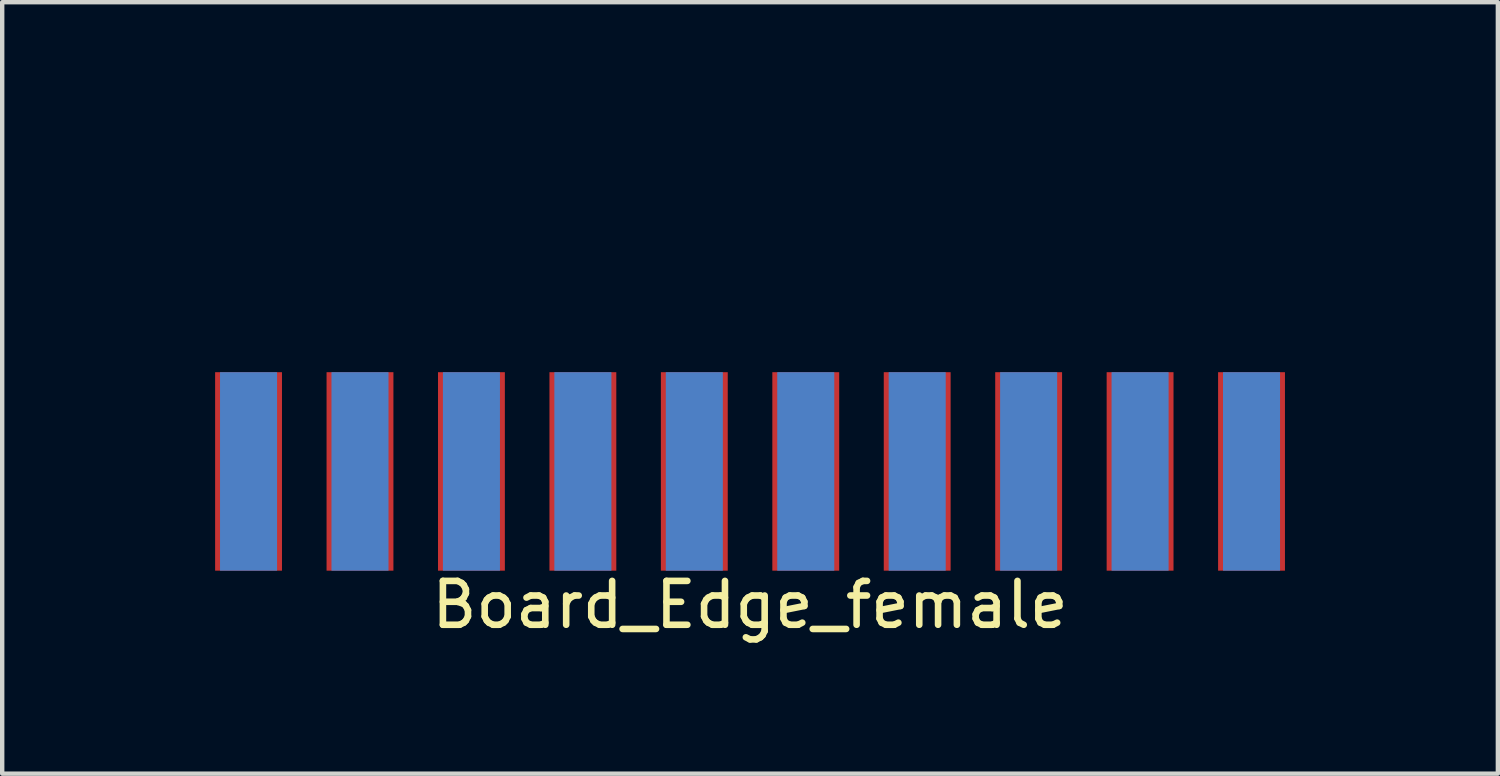
<source format=kicad_pcb>
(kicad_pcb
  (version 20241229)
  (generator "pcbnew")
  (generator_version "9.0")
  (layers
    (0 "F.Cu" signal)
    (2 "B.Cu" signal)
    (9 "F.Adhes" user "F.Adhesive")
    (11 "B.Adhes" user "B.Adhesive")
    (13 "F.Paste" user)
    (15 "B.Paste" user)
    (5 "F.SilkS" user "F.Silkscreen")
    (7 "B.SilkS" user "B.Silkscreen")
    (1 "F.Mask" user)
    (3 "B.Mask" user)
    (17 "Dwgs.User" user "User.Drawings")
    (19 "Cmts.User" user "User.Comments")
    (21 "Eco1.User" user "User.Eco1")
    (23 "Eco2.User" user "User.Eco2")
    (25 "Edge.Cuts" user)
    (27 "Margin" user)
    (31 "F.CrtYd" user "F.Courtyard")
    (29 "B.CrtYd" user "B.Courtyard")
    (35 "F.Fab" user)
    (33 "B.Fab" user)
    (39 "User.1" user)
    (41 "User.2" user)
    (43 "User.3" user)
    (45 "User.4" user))
  (footprint "Board_Edge_female"
    (layer "F.Cu")
    (at 8.965 3.885)
    (property "Reference" "Board_Edge_female" (at 5.08 6.85 0) (layer "F.SilkS") (effects (font (size 1 1) (thickness 0.15))))
    (attr through_hole)
    (fp_line (start -8.89 -3.81) (end -8.89 1.27) (stroke (width 0.15) (type solid)) (layer "B.Paste"))
    (fp_line (start -8.89 -3.81) (end -7.62 -3.81) (stroke (width 0.15) (type solid)) (layer "B.Paste"))
    (fp_line (start -8.89 -2.54) (end -8.89 1.27) (stroke (width 0.15) (type solid)) (layer "B.Paste"))
    (fp_line (start -8.89 1.27) (end -8.89 -3.81) (stroke (width 0.15) (type solid)) (layer "B.Paste"))
    (fp_line (start -8.89 1.27) (end 19.05 1.27) (stroke (width 0.15) (type solid)) (layer "B.Paste"))
    (fp_line (start -7.62 -3.81) (end -8.89 -3.81) (stroke (width 0.15) (type solid)) (layer "B.Paste"))
    (fp_line (start 3.81 -3.81) (end 3.81 0) (stroke (width 0.15) (type solid)) (layer "B.Paste"))
    (fp_line (start 3.81 0) (end 3.81 -3.81) (stroke (width 0.15) (type solid)) (layer "B.Paste"))
    (fp_line (start 3.81 0) (end 6.35 0) (stroke (width 0.15) (type solid)) (layer "B.Paste"))
    (fp_line (start 6.35 -3.81) (end 6.35 0) (stroke (width 0.15) (type solid)) (layer "B.Paste"))
    (fp_line (start 19.05 -3.81) (end -7.62 -3.81) (stroke (width 0.15) (type solid)) (layer "B.Paste"))
    (fp_line (start 19.05 1.27) (end 19.05 -3.81) (stroke (width 0.15) (type solid)) (layer "B.Paste"))
    (pad "1" smd trapezoid (at -6.35 3.81) (size 1.524 4.524) (layers "F.Cu" "F.Mask" "F.Paste"))
    (pad "2" smd trapezoid (at -6.35 3.81) (size 1.3 4.524) (layers "F.Mask" "B.Cu" "F.Paste"))
    (pad "3" smd trapezoid (at -3.81 3.81) (size 1.524 4.524) (layers "F.Cu" "F.Mask" "F.Paste"))
    (pad "4" smd trapezoid (at -3.81 3.81) (size 1.3 4.524) (layers "F.Mask" "B.Cu" "F.Paste"))
    (pad "5" smd trapezoid (at -1.27 3.81) (size 1.524 4.524) (layers "F.Cu" "F.Mask" "F.Paste"))
    (pad "6" smd trapezoid (at -1.27 3.81) (size 1.3 4.524) (layers "F.Mask" "B.Cu" "F.Paste"))
    (pad "7" smd trapezoid (at 1.27 3.81) (size 1.524 4.524) (layers "F.Cu" "F.Mask" "F.Paste"))
    (pad "8" smd trapezoid (at 1.27 3.81) (size 1.3 4.524) (layers "F.Mask" "B.Cu" "F.Paste"))
    (pad "9" smd trapezoid (at 3.81 3.81) (size 1.524 4.524) (layers "F.Cu" "F.Mask" "F.Paste"))
    (pad "10" smd trapezoid (at 3.81 3.81) (size 1.3 4.524) (layers "F.Mask" "B.Cu" "F.Paste"))
    (pad "11" smd trapezoid (at 6.35 3.81) (size 1.524 4.524) (layers "F.Cu" "F.Mask" "F.Paste"))
    (pad "12" smd trapezoid (at 6.35 3.81) (size 1.3 4.524) (layers "F.Mask" "B.Cu" "F.Paste"))
    (pad "13" smd trapezoid (at 8.89 3.81) (size 1.524 4.524) (layers "F.Cu" "F.Mask" "F.Paste"))
    (pad "14" smd trapezoid (at 8.89 3.81) (size 1.3 4.524) (layers "F.Mask" "B.Cu" "F.Paste"))
    (pad "15" smd trapezoid (at 11.43 3.81) (size 1.524 4.524) (layers "F.Cu" "F.Mask" "F.Paste"))
    (pad "16" smd trapezoid (at 11.43 3.81) (size 1.3 4.524) (layers "F.Mask" "B.Cu" "F.Paste"))
    (pad "17" smd trapezoid (at 13.97 3.81) (size 1.524 4.524) (layers "F.Cu" "F.Mask" "F.Paste"))
    (pad "18" smd trapezoid (at 13.97 3.81) (size 1.3 4.524) (layers "F.Mask" "B.Cu" "F.Paste"))
    (pad "19" smd trapezoid (at 16.51 3.81) (size 1.524 4.524) (layers "F.Cu" "F.Mask" "F.Paste"))
    (pad "20" smd trapezoid (at 16.51 3.81) (size 1.3 4.524) (layers "F.Mask" "B.Cu" "F.Paste")))
  (gr_rect
    (start -3 -3)
    (end 31.09 14.583)
    (stroke (width 0.1) (type default))
    (fill no)
    (layer "Edge.Cuts")))
</source>
